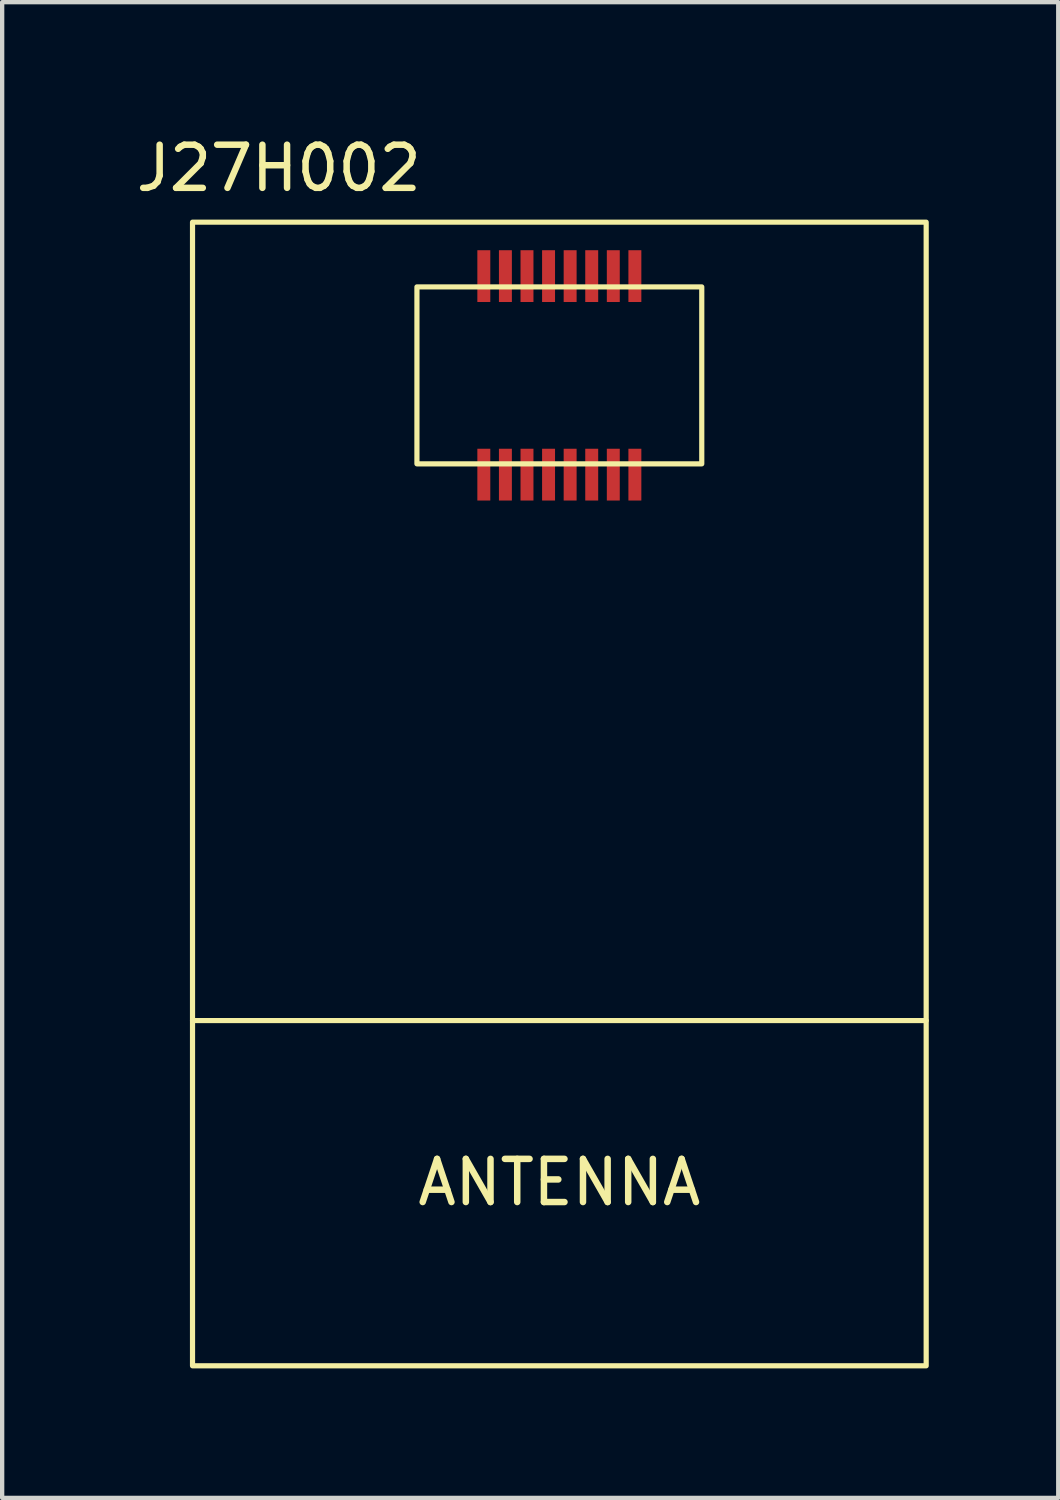
<source format=kicad_pcb>
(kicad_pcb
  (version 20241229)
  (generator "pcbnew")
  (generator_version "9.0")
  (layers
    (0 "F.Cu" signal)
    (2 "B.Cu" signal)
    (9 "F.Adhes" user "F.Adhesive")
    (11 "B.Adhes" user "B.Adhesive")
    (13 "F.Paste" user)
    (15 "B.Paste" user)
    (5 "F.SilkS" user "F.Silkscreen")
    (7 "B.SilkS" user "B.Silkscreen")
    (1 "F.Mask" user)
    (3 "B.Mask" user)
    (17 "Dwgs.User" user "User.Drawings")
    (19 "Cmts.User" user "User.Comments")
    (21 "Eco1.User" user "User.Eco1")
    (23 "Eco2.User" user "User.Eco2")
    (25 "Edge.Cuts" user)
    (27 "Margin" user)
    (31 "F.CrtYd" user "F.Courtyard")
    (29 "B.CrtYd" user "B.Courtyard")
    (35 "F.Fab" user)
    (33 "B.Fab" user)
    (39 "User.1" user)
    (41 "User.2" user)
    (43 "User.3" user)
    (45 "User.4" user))
  (footprint "J27H002"
    (layer "F.Cu")
    (at 8.161 3.348)
    (property "Reference" "J27H002" (at -4.75 -2.5 0) (unlocked yes) (layer "F.SilkS") (effects (font (size 1 1) (thickness 0.15))))
    (attr smd)
    (fp_line (start 10.25 17.25) (end -6.75 17.25) (stroke (width 0.12) (type solid)) (layer "F.SilkS"))
    (fp_rect (start -6.75 -1.25) (end 10.25 25.25) (stroke (width 0.12) (type solid)) (fill no) (layer "F.SilkS"))
    (fp_rect (start -1.55 0.25) (end 5.05 4.35) (stroke (width 0.12) (type solid)) (fill no) (layer "F.SilkS"))
    (fp_text user "ANTENNA" (at 1.75 21 0) (unlocked yes) (layer "F.SilkS") (effects (font (size 1 1) (thickness 0.15))))
    (pad "1" smd rect (at 0 0) (size 0.3 1.2) (layers "F.Cu" "F.Mask" "F.Paste"))
    (pad "2" smd rect (at 0.5 0) (size 0.3 1.2) (layers "F.Cu" "F.Mask" "F.Paste"))
    (pad "3" smd rect (at 1 0) (size 0.3 1.2) (layers "F.Cu" "F.Mask" "F.Paste"))
    (pad "4" smd rect (at 1.5 0) (size 0.3 1.2) (layers "F.Cu" "F.Mask" "F.Paste"))
    (pad "5" smd rect (at 2 0) (size 0.3 1.2) (layers "F.Cu" "F.Mask" "F.Paste"))
    (pad "6" smd rect (at 2.5 0) (size 0.3 1.2) (layers "F.Cu" "F.Mask" "F.Paste"))
    (pad "7" smd rect (at 3 0) (size 0.3 1.2) (layers "F.Cu" "F.Mask" "F.Paste"))
    (pad "8" smd rect (at 3.5 0) (size 0.3 1.2) (layers "F.Cu" "F.Mask" "F.Paste"))
    (pad "9" smd rect (at 3.5 4.6) (size 0.3 1.2) (layers "F.Cu" "F.Mask" "F.Paste"))
    (pad "10" smd rect (at 3 4.6) (size 0.3 1.2) (layers "F.Cu" "F.Mask" "F.Paste"))
    (pad "11" smd rect (at 2.5 4.6) (size 0.3 1.2) (layers "F.Cu" "F.Mask" "F.Paste"))
    (pad "12" smd rect (at 2 4.6) (size 0.3 1.2) (layers "F.Cu" "F.Mask" "F.Paste"))
    (pad "13" smd rect (at 1.5 4.6) (size 0.3 1.2) (layers "F.Cu" "F.Mask" "F.Paste"))
    (pad "14" smd rect (at 1 4.6) (size 0.3 1.2) (layers "F.Cu" "F.Mask" "F.Paste"))
    (pad "15" smd rect (at 0.5 4.6) (size 0.3 1.2) (layers "F.Cu" "F.Mask" "F.Paste"))
    (pad "16" smd rect (at 0 4.6) (size 0.3 1.2) (layers "F.Cu" "F.Mask" "F.Paste"))
    (zone (net_name "") (layer "F.SilkS") (hatch full 0.508) (connect_pads) (min_thickness 0.254) (filled_areas_thickness no) (keepout (tracks allowed) (vias allowed) (pads allowed) (copperpour not_allowed) (footprints allowed)) (placement (enabled no)) (fill) (polygon (pts (xy 18.411 28.598) (xy 1.411 28.598) (xy 1.411 2.098) (xy 18.411 2.098)))))
  (gr_rect
    (start -3 -3)
    (end 21.471 31.658)
    (stroke (width 0.1) (type default))
    (fill no)
    (layer "Edge.Cuts")))
</source>
